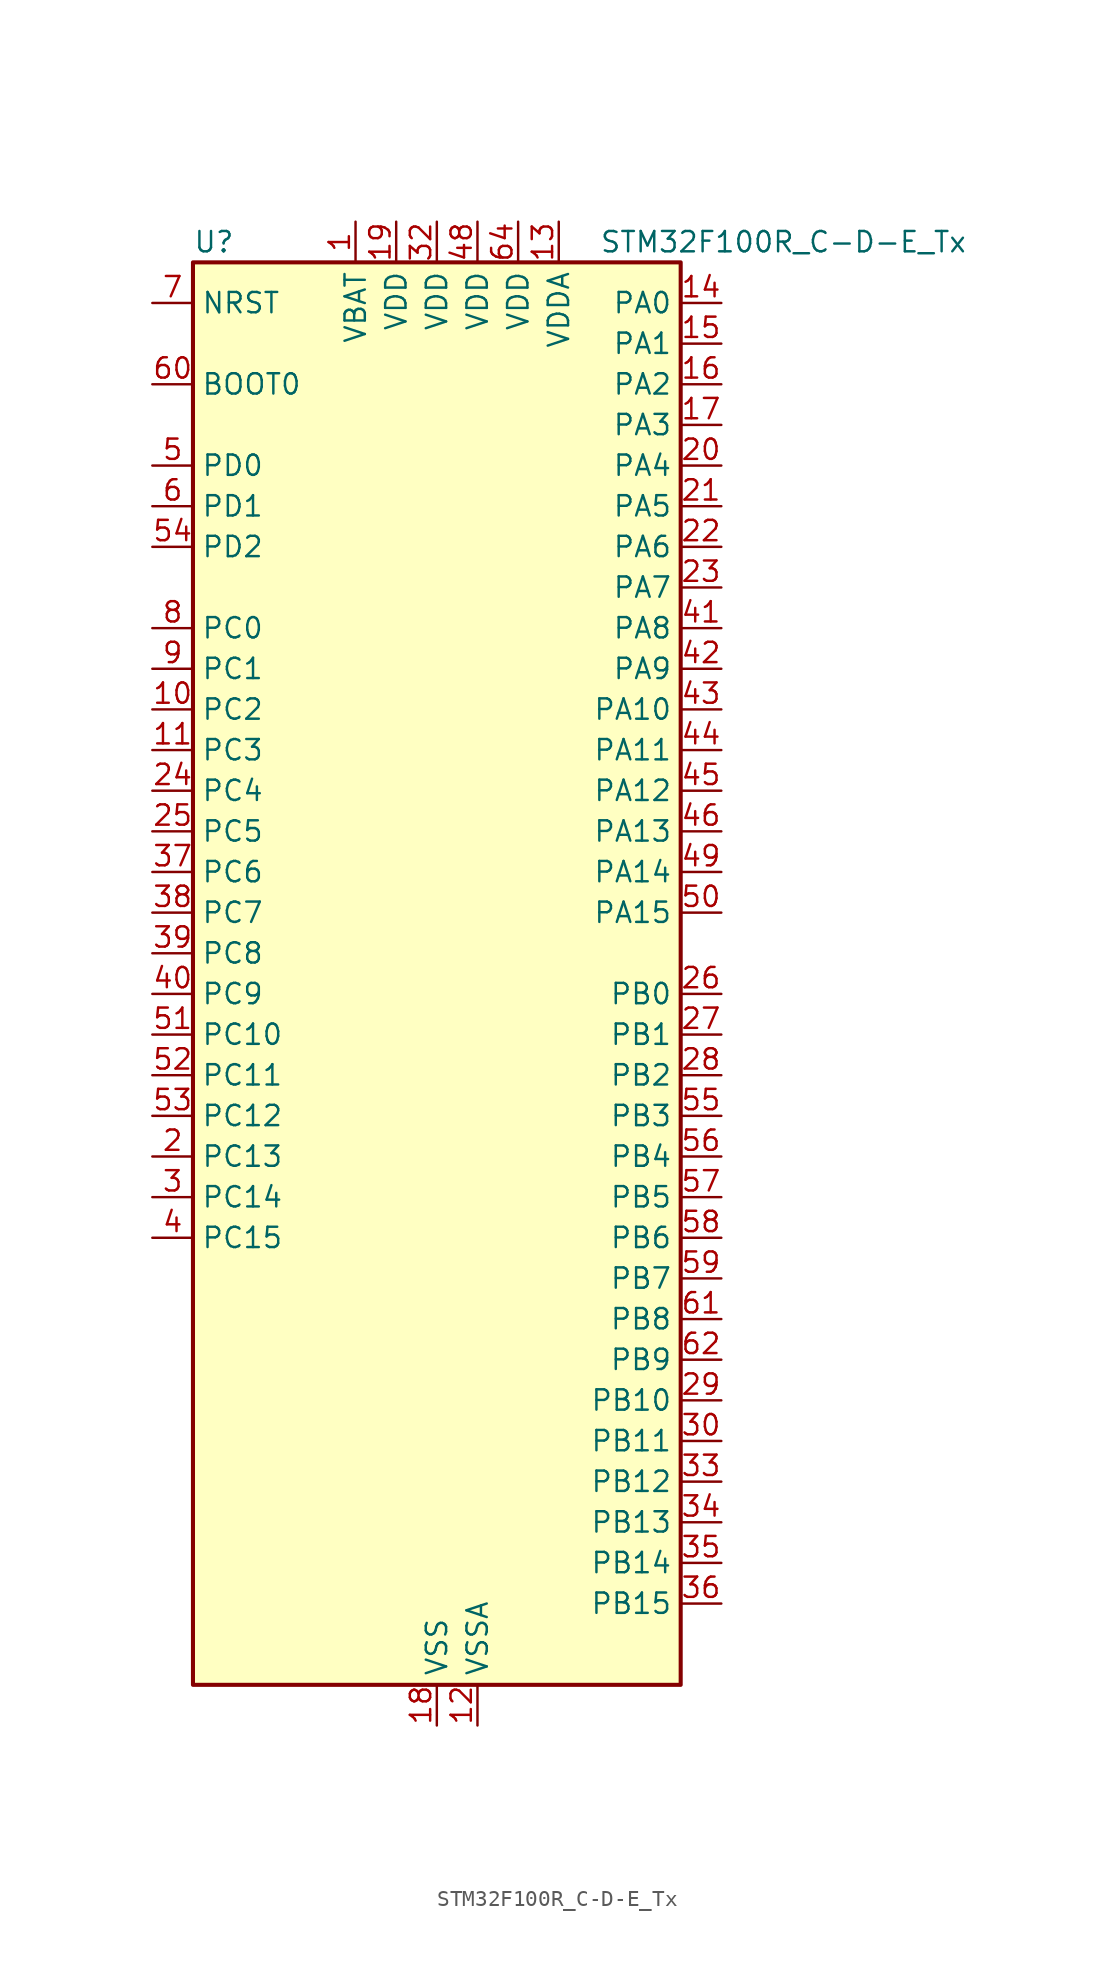
<source format=kicad_sym>
(kicad_symbol_lib
  (version 20220914)
  (generator kicad_symbol_editor)
  (symbol "STM32F100R_C-D-E_Tx"
    (property "Reference" "U"
      (at -15.24 46.99 0)
      (effects (font (size 1.27 1.27)) (justify left)))
    (property "Value" "STM32F100R_C-D-E_Tx"
      (at 10.16 46.99 0)
      (effects (font (size 1.27 1.27)) (justify left)))
    (property "ki_locked" ""
      (at 0 0 0)
      (effects (font (size 1.27 1.27))))
    (symbol "STM32F100R_C-D-E_Tx_0_1"
      (rectangle (start -15.24 -43.18) (end 15.24 45.72) (stroke (width 0.254) (type default)) (fill (type background))))
    (symbol "STM32F100R_C-D-E_Tx_1_1"
      (pin power_in line (at -5.08 48.26 270) (length 2.54) (name "VBAT" (effects (font (size 1.27 1.27)))) (number "1" (effects (font (size 1.27 1.27)))))
      (pin bidirectional line (at -17.78 17.78 0) (length 2.54) (name "PC2" (effects (font (size 1.27 1.27)))) (number "10" (effects (font (size 1.27 1.27)))) (alternate "ADC1_IN12" bidirectional line))
      (pin bidirectional line (at -17.78 15.24 0) (length 2.54) (name "PC3" (effects (font (size 1.27 1.27)))) (number "11" (effects (font (size 1.27 1.27)))) (alternate "ADC1_IN13" bidirectional line))
      (pin power_in line (at 2.54 -45.72 90) (length 2.54) (name "VSSA" (effects (font (size 1.27 1.27)))) (number "12" (effects (font (size 1.27 1.27)))))
      (pin power_in line (at 7.62 48.26 270) (length 2.54) (name "VDDA" (effects (font (size 1.27 1.27)))) (number "13" (effects (font (size 1.27 1.27)))))
      (pin bidirectional line (at 17.78 43.18 180) (length 2.54) (name "PA0" (effects (font (size 1.27 1.27)))) (number "14" (effects (font (size 1.27 1.27)))) (alternate "ADC1_IN0" bidirectional line) (alternate "SYS_WKUP" bidirectional line) (alternate "TIM2_CH1" bidirectional line) (alternate "TIM2_ETR" bidirectional line) (alternate "TIM5_CH1" bidirectional line) (alternate "USART2_CTS" bidirectional line))
      (pin bidirectional line (at 17.78 40.64 180) (length 2.54) (name "PA1" (effects (font (size 1.27 1.27)))) (number "15" (effects (font (size 1.27 1.27)))) (alternate "ADC1_IN1" bidirectional line) (alternate "TIM2_CH2" bidirectional line) (alternate "TIM5_CH2" bidirectional line) (alternate "USART2_RTS" bidirectional line))
      (pin bidirectional line (at 17.78 38.1 180) (length 2.54) (name "PA2" (effects (font (size 1.27 1.27)))) (number "16" (effects (font (size 1.27 1.27)))) (alternate "ADC1_IN2" bidirectional line) (alternate "TIM15_CH1" bidirectional line) (alternate "TIM2_CH3" bidirectional line) (alternate "TIM5_CH3" bidirectional line) (alternate "USART2_TX" bidirectional line))
      (pin bidirectional line (at 17.78 35.56 180) (length 2.54) (name "PA3" (effects (font (size 1.27 1.27)))) (number "17" (effects (font (size 1.27 1.27)))) (alternate "ADC1_IN3" bidirectional line) (alternate "TIM15_CH2" bidirectional line) (alternate "TIM2_CH4" bidirectional line) (alternate "TIM5_CH4" bidirectional line) (alternate "USART2_RX" bidirectional line))
      (pin power_in line (at 0 -45.72 90) (length 2.54) (name "VSS" (effects (font (size 1.27 1.27)))) (number "18" (effects (font (size 1.27 1.27)))))
      (pin power_in line (at -2.54 48.26 270) (length 2.54) (name "VDD" (effects (font (size 1.27 1.27)))) (number "19" (effects (font (size 1.27 1.27)))))
      (pin bidirectional line (at -17.78 -10.16 0) (length 2.54) (name "PC13" (effects (font (size 1.27 1.27)))) (number "2" (effects (font (size 1.27 1.27)))) (alternate "RTC_OUT" bidirectional line) (alternate "RTC_TAMPER" bidirectional line))
      (pin bidirectional line (at 17.78 33.02 180) (length 2.54) (name "PA4" (effects (font (size 1.27 1.27)))) (number "20" (effects (font (size 1.27 1.27)))) (alternate "ADC1_IN4" bidirectional line) (alternate "DAC_OUT1" bidirectional line) (alternate "SPI1_NSS" bidirectional line) (alternate "USART2_CK" bidirectional line))
      (pin bidirectional line (at 17.78 30.48 180) (length 2.54) (name "PA5" (effects (font (size 1.27 1.27)))) (number "21" (effects (font (size 1.27 1.27)))) (alternate "ADC1_IN5" bidirectional line) (alternate "DAC_OUT2" bidirectional line) (alternate "SPI1_SCK" bidirectional line))
      (pin bidirectional line (at 17.78 27.94 180) (length 2.54) (name "PA6" (effects (font (size 1.27 1.27)))) (number "22" (effects (font (size 1.27 1.27)))) (alternate "ADC1_IN6" bidirectional line) (alternate "SPI1_MISO" bidirectional line) (alternate "TIM16_CH1" bidirectional line) (alternate "TIM1_BKIN" bidirectional line) (alternate "TIM3_CH1" bidirectional line))
      (pin bidirectional line (at 17.78 25.4 180) (length 2.54) (name "PA7" (effects (font (size 1.27 1.27)))) (number "23" (effects (font (size 1.27 1.27)))) (alternate "ADC1_IN7" bidirectional line) (alternate "SPI1_MOSI" bidirectional line) (alternate "TIM17_CH1" bidirectional line) (alternate "TIM1_CH1N" bidirectional line) (alternate "TIM3_CH2" bidirectional line))
      (pin bidirectional line (at -17.78 12.7 0) (length 2.54) (name "PC4" (effects (font (size 1.27 1.27)))) (number "24" (effects (font (size 1.27 1.27)))) (alternate "ADC1_IN14" bidirectional line) (alternate "TIM12_CH1" bidirectional line))
      (pin bidirectional line (at -17.78 10.16 0) (length 2.54) (name "PC5" (effects (font (size 1.27 1.27)))) (number "25" (effects (font (size 1.27 1.27)))) (alternate "ADC1_IN15" bidirectional line) (alternate "TIM12_CH2" bidirectional line))
      (pin bidirectional line (at 17.78 0 180) (length 2.54) (name "PB0" (effects (font (size 1.27 1.27)))) (number "26" (effects (font (size 1.27 1.27)))) (alternate "ADC1_IN8" bidirectional line) (alternate "TIM13_CH1" bidirectional line) (alternate "TIM1_CH2N" bidirectional line) (alternate "TIM3_CH3" bidirectional line))
      (pin bidirectional line (at 17.78 -2.54 180) (length 2.54) (name "PB1" (effects (font (size 1.27 1.27)))) (number "27" (effects (font (size 1.27 1.27)))) (alternate "ADC1_IN9" bidirectional line) (alternate "TIM14_CH1" bidirectional line) (alternate "TIM1_CH3N" bidirectional line) (alternate "TIM3_CH4" bidirectional line))
      (pin bidirectional line (at 17.78 -5.08 180) (length 2.54) (name "PB2" (effects (font (size 1.27 1.27)))) (number "28" (effects (font (size 1.27 1.27)))))
      (pin bidirectional line (at 17.78 -25.4 180) (length 2.54) (name "PB10" (effects (font (size 1.27 1.27)))) (number "29" (effects (font (size 1.27 1.27)))) (alternate "CEC" bidirectional line) (alternate "I2C2_SCL" bidirectional line) (alternate "TIM2_CH3" bidirectional line) (alternate "USART3_TX" bidirectional line))
      (pin bidirectional line (at -17.78 -12.7 0) (length 2.54) (name "PC14" (effects (font (size 1.27 1.27)))) (number "3" (effects (font (size 1.27 1.27)))) (alternate "RCC_OSC32_IN" bidirectional line))
      (pin bidirectional line (at 17.78 -27.94 180) (length 2.54) (name "PB11" (effects (font (size 1.27 1.27)))) (number "30" (effects (font (size 1.27 1.27)))) (alternate "ADC1_EXTI11" bidirectional line) (alternate "I2C2_SDA" bidirectional line) (alternate "TIM2_CH4" bidirectional line) (alternate "USART3_RX" bidirectional line))
      (pin passive line (at 0 -45.72 90) (length 2.54) hide (name "VSS" (effects (font (size 1.27 1.27)))) (number "31" (effects (font (size 1.27 1.27)))))
      (pin power_in line (at 0 48.26 270) (length 2.54) (name "VDD" (effects (font (size 1.27 1.27)))) (number "32" (effects (font (size 1.27 1.27)))))
      (pin bidirectional line (at 17.78 -30.48 180) (length 2.54) (name "PB12" (effects (font (size 1.27 1.27)))) (number "33" (effects (font (size 1.27 1.27)))) (alternate "I2C2_SMBA" bidirectional line) (alternate "SPI2_NSS" bidirectional line) (alternate "TIM12_CH1" bidirectional line) (alternate "TIM1_BKIN" bidirectional line) (alternate "USART3_CK" bidirectional line))
      (pin bidirectional line (at 17.78 -33.02 180) (length 2.54) (name "PB13" (effects (font (size 1.27 1.27)))) (number "34" (effects (font (size 1.27 1.27)))) (alternate "SPI2_SCK" bidirectional line) (alternate "TIM12_CH2" bidirectional line) (alternate "TIM1_CH1N" bidirectional line) (alternate "USART3_CTS" bidirectional line))
      (pin bidirectional line (at 17.78 -35.56 180) (length 2.54) (name "PB14" (effects (font (size 1.27 1.27)))) (number "35" (effects (font (size 1.27 1.27)))) (alternate "SPI2_MISO" bidirectional line) (alternate "TIM15_CH1" bidirectional line) (alternate "TIM1_CH2N" bidirectional line) (alternate "USART3_RTS" bidirectional line))
      (pin bidirectional line (at 17.78 -38.1 180) (length 2.54) (name "PB15" (effects (font (size 1.27 1.27)))) (number "36" (effects (font (size 1.27 1.27)))) (alternate "ADC1_EXTI15" bidirectional line) (alternate "SPI2_MOSI" bidirectional line) (alternate "TIM15_CH1N" bidirectional line) (alternate "TIM15_CH2" bidirectional line) (alternate "TIM1_CH3N" bidirectional line))
      (pin bidirectional line (at -17.78 7.62 0) (length 2.54) (name "PC6" (effects (font (size 1.27 1.27)))) (number "37" (effects (font (size 1.27 1.27)))) (alternate "TIM3_CH1" bidirectional line))
      (pin bidirectional line (at -17.78 5.08 0) (length 2.54) (name "PC7" (effects (font (size 1.27 1.27)))) (number "38" (effects (font (size 1.27 1.27)))) (alternate "TIM3_CH2" bidirectional line))
      (pin bidirectional line (at -17.78 2.54 0) (length 2.54) (name "PC8" (effects (font (size 1.27 1.27)))) (number "39" (effects (font (size 1.27 1.27)))) (alternate "TIM13_CH1" bidirectional line) (alternate "TIM3_CH3" bidirectional line))
      (pin bidirectional line (at -17.78 -15.24 0) (length 2.54) (name "PC15" (effects (font (size 1.27 1.27)))) (number "4" (effects (font (size 1.27 1.27)))) (alternate "ADC1_EXTI15" bidirectional line) (alternate "RCC_OSC32_OUT" bidirectional line))
      (pin bidirectional line (at -17.78 0 0) (length 2.54) (name "PC9" (effects (font (size 1.27 1.27)))) (number "40" (effects (font (size 1.27 1.27)))) (alternate "DAC_EXTI9" bidirectional line) (alternate "TIM14_CH1" bidirectional line) (alternate "TIM3_CH4" bidirectional line))
      (pin bidirectional line (at 17.78 22.86 180) (length 2.54) (name "PA8" (effects (font (size 1.27 1.27)))) (number "41" (effects (font (size 1.27 1.27)))) (alternate "RCC_MCO" bidirectional line) (alternate "TIM1_CH1" bidirectional line) (alternate "USART1_CK" bidirectional line))
      (pin bidirectional line (at 17.78 20.32 180) (length 2.54) (name "PA9" (effects (font (size 1.27 1.27)))) (number "42" (effects (font (size 1.27 1.27)))) (alternate "DAC_EXTI9" bidirectional line) (alternate "TIM15_BKIN" bidirectional line) (alternate "TIM1_CH2" bidirectional line) (alternate "USART1_TX" bidirectional line))
      (pin bidirectional line (at 17.78 17.78 180) (length 2.54) (name "PA10" (effects (font (size 1.27 1.27)))) (number "43" (effects (font (size 1.27 1.27)))) (alternate "TIM17_BKIN" bidirectional line) (alternate "TIM1_CH3" bidirectional line) (alternate "USART1_RX" bidirectional line))
      (pin bidirectional line (at 17.78 15.24 180) (length 2.54) (name "PA11" (effects (font (size 1.27 1.27)))) (number "44" (effects (font (size 1.27 1.27)))) (alternate "ADC1_EXTI11" bidirectional line) (alternate "TIM1_CH4" bidirectional line) (alternate "USART1_CTS" bidirectional line))
      (pin bidirectional line (at 17.78 12.7 180) (length 2.54) (name "PA12" (effects (font (size 1.27 1.27)))) (number "45" (effects (font (size 1.27 1.27)))) (alternate "TIM1_ETR" bidirectional line) (alternate "USART1_RTS" bidirectional line))
      (pin bidirectional line (at 17.78 10.16 180) (length 2.54) (name "PA13" (effects (font (size 1.27 1.27)))) (number "46" (effects (font (size 1.27 1.27)))) (alternate "SYS_JTMS-SWDIO" bidirectional line))
      (pin passive line (at 0 -45.72 90) (length 2.54) hide (name "VSS" (effects (font (size 1.27 1.27)))) (number "47" (effects (font (size 1.27 1.27)))))
      (pin power_in line (at 2.54 48.26 270) (length 2.54) (name "VDD" (effects (font (size 1.27 1.27)))) (number "48" (effects (font (size 1.27 1.27)))))
      (pin bidirectional line (at 17.78 7.62 180) (length 2.54) (name "PA14" (effects (font (size 1.27 1.27)))) (number "49" (effects (font (size 1.27 1.27)))) (alternate "SYS_JTCK-SWCLK" bidirectional line))
      (pin bidirectional line (at -17.78 33.02 0) (length 2.54) (name "PD0" (effects (font (size 1.27 1.27)))) (number "5" (effects (font (size 1.27 1.27)))) (alternate "RCC_OSC_IN" bidirectional line))
      (pin bidirectional line (at 17.78 5.08 180) (length 2.54) (name "PA15" (effects (font (size 1.27 1.27)))) (number "50" (effects (font (size 1.27 1.27)))) (alternate "ADC1_EXTI15" bidirectional line) (alternate "SPI1_NSS" bidirectional line) (alternate "SPI3_NSS" bidirectional line) (alternate "SYS_JTDI" bidirectional line) (alternate "TIM2_CH1" bidirectional line) (alternate "TIM2_ETR" bidirectional line))
      (pin bidirectional line (at -17.78 -2.54 0) (length 2.54) (name "PC10" (effects (font (size 1.27 1.27)))) (number "51" (effects (font (size 1.27 1.27)))) (alternate "UART4_TX" bidirectional line) (alternate "USART3_TX" bidirectional line))
      (pin bidirectional line (at -17.78 -5.08 0) (length 2.54) (name "PC11" (effects (font (size 1.27 1.27)))) (number "52" (effects (font (size 1.27 1.27)))) (alternate "ADC1_EXTI11" bidirectional line) (alternate "UART4_RX" bidirectional line) (alternate "USART3_RX" bidirectional line))
      (pin bidirectional line (at -17.78 -7.62 0) (length 2.54) (name "PC12" (effects (font (size 1.27 1.27)))) (number "53" (effects (font (size 1.27 1.27)))) (alternate "UART5_TX" bidirectional line) (alternate "USART3_CK" bidirectional line))
      (pin bidirectional line (at -17.78 27.94 0) (length 2.54) (name "PD2" (effects (font (size 1.27 1.27)))) (number "54" (effects (font (size 1.27 1.27)))) (alternate "TIM3_ETR" bidirectional line) (alternate "UART5_RX" bidirectional line))
      (pin bidirectional line (at 17.78 -7.62 180) (length 2.54) (name "PB3" (effects (font (size 1.27 1.27)))) (number "55" (effects (font (size 1.27 1.27)))) (alternate "SPI1_SCK" bidirectional line) (alternate "SPI3_SCK" bidirectional line) (alternate "SYS_JTDO-TRACESWO" bidirectional line) (alternate "TIM2_CH2" bidirectional line))
      (pin bidirectional line (at 17.78 -10.16 180) (length 2.54) (name "PB4" (effects (font (size 1.27 1.27)))) (number "56" (effects (font (size 1.27 1.27)))) (alternate "SPI1_MISO" bidirectional line) (alternate "SPI3_MISO" bidirectional line) (alternate "SYS_NJTRST" bidirectional line) (alternate "TIM3_CH1" bidirectional line))
      (pin bidirectional line (at 17.78 -12.7 180) (length 2.54) (name "PB5" (effects (font (size 1.27 1.27)))) (number "57" (effects (font (size 1.27 1.27)))) (alternate "I2C1_SMBA" bidirectional line) (alternate "SPI1_MOSI" bidirectional line) (alternate "SPI3_MOSI" bidirectional line) (alternate "TIM16_BKIN" bidirectional line) (alternate "TIM3_CH2" bidirectional line))
      (pin bidirectional line (at 17.78 -15.24 180) (length 2.54) (name "PB6" (effects (font (size 1.27 1.27)))) (number "58" (effects (font (size 1.27 1.27)))) (alternate "I2C1_SCL" bidirectional line) (alternate "TIM16_CH1N" bidirectional line) (alternate "TIM4_CH1" bidirectional line) (alternate "USART1_TX" bidirectional line))
      (pin bidirectional line (at 17.78 -17.78 180) (length 2.54) (name "PB7" (effects (font (size 1.27 1.27)))) (number "59" (effects (font (size 1.27 1.27)))) (alternate "I2C1_SDA" bidirectional line) (alternate "TIM17_CH1N" bidirectional line) (alternate "TIM4_CH2" bidirectional line) (alternate "USART1_RX" bidirectional line))
      (pin bidirectional line (at -17.78 30.48 0) (length 2.54) (name "PD1" (effects (font (size 1.27 1.27)))) (number "6" (effects (font (size 1.27 1.27)))) (alternate "RCC_OSC_OUT" bidirectional line))
      (pin input line (at -17.78 38.1 0) (length 2.54) (name "BOOT0" (effects (font (size 1.27 1.27)))) (number "60" (effects (font (size 1.27 1.27)))))
      (pin bidirectional line (at 17.78 -20.32 180) (length 2.54) (name "PB8" (effects (font (size 1.27 1.27)))) (number "61" (effects (font (size 1.27 1.27)))) (alternate "CEC" bidirectional line) (alternate "I2C1_SCL" bidirectional line) (alternate "TIM16_CH1" bidirectional line) (alternate "TIM4_CH3" bidirectional line))
      (pin bidirectional line (at 17.78 -22.86 180) (length 2.54) (name "PB9" (effects (font (size 1.27 1.27)))) (number "62" (effects (font (size 1.27 1.27)))) (alternate "DAC_EXTI9" bidirectional line) (alternate "I2C1_SDA" bidirectional line) (alternate "TIM17_CH1" bidirectional line) (alternate "TIM4_CH4" bidirectional line))
      (pin passive line (at 0 -45.72 90) (length 2.54) hide (name "VSS" (effects (font (size 1.27 1.27)))) (number "63" (effects (font (size 1.27 1.27)))))
      (pin power_in line (at 5.08 48.26 270) (length 2.54) (name "VDD" (effects (font (size 1.27 1.27)))) (number "64" (effects (font (size 1.27 1.27)))))
      (pin input line (at -17.78 43.18 0) (length 2.54) (name "NRST" (effects (font (size 1.27 1.27)))) (number "7" (effects (font (size 1.27 1.27)))))
      (pin bidirectional line (at -17.78 22.86 0) (length 2.54) (name "PC0" (effects (font (size 1.27 1.27)))) (number "8" (effects (font (size 1.27 1.27)))) (alternate "ADC1_IN10" bidirectional line))
      (pin bidirectional line (at -17.78 20.32 0) (length 2.54) (name "PC1" (effects (font (size 1.27 1.27)))) (number "9" (effects (font (size 1.27 1.27)))) (alternate "ADC1_IN11" bidirectional line)))))
</source>
